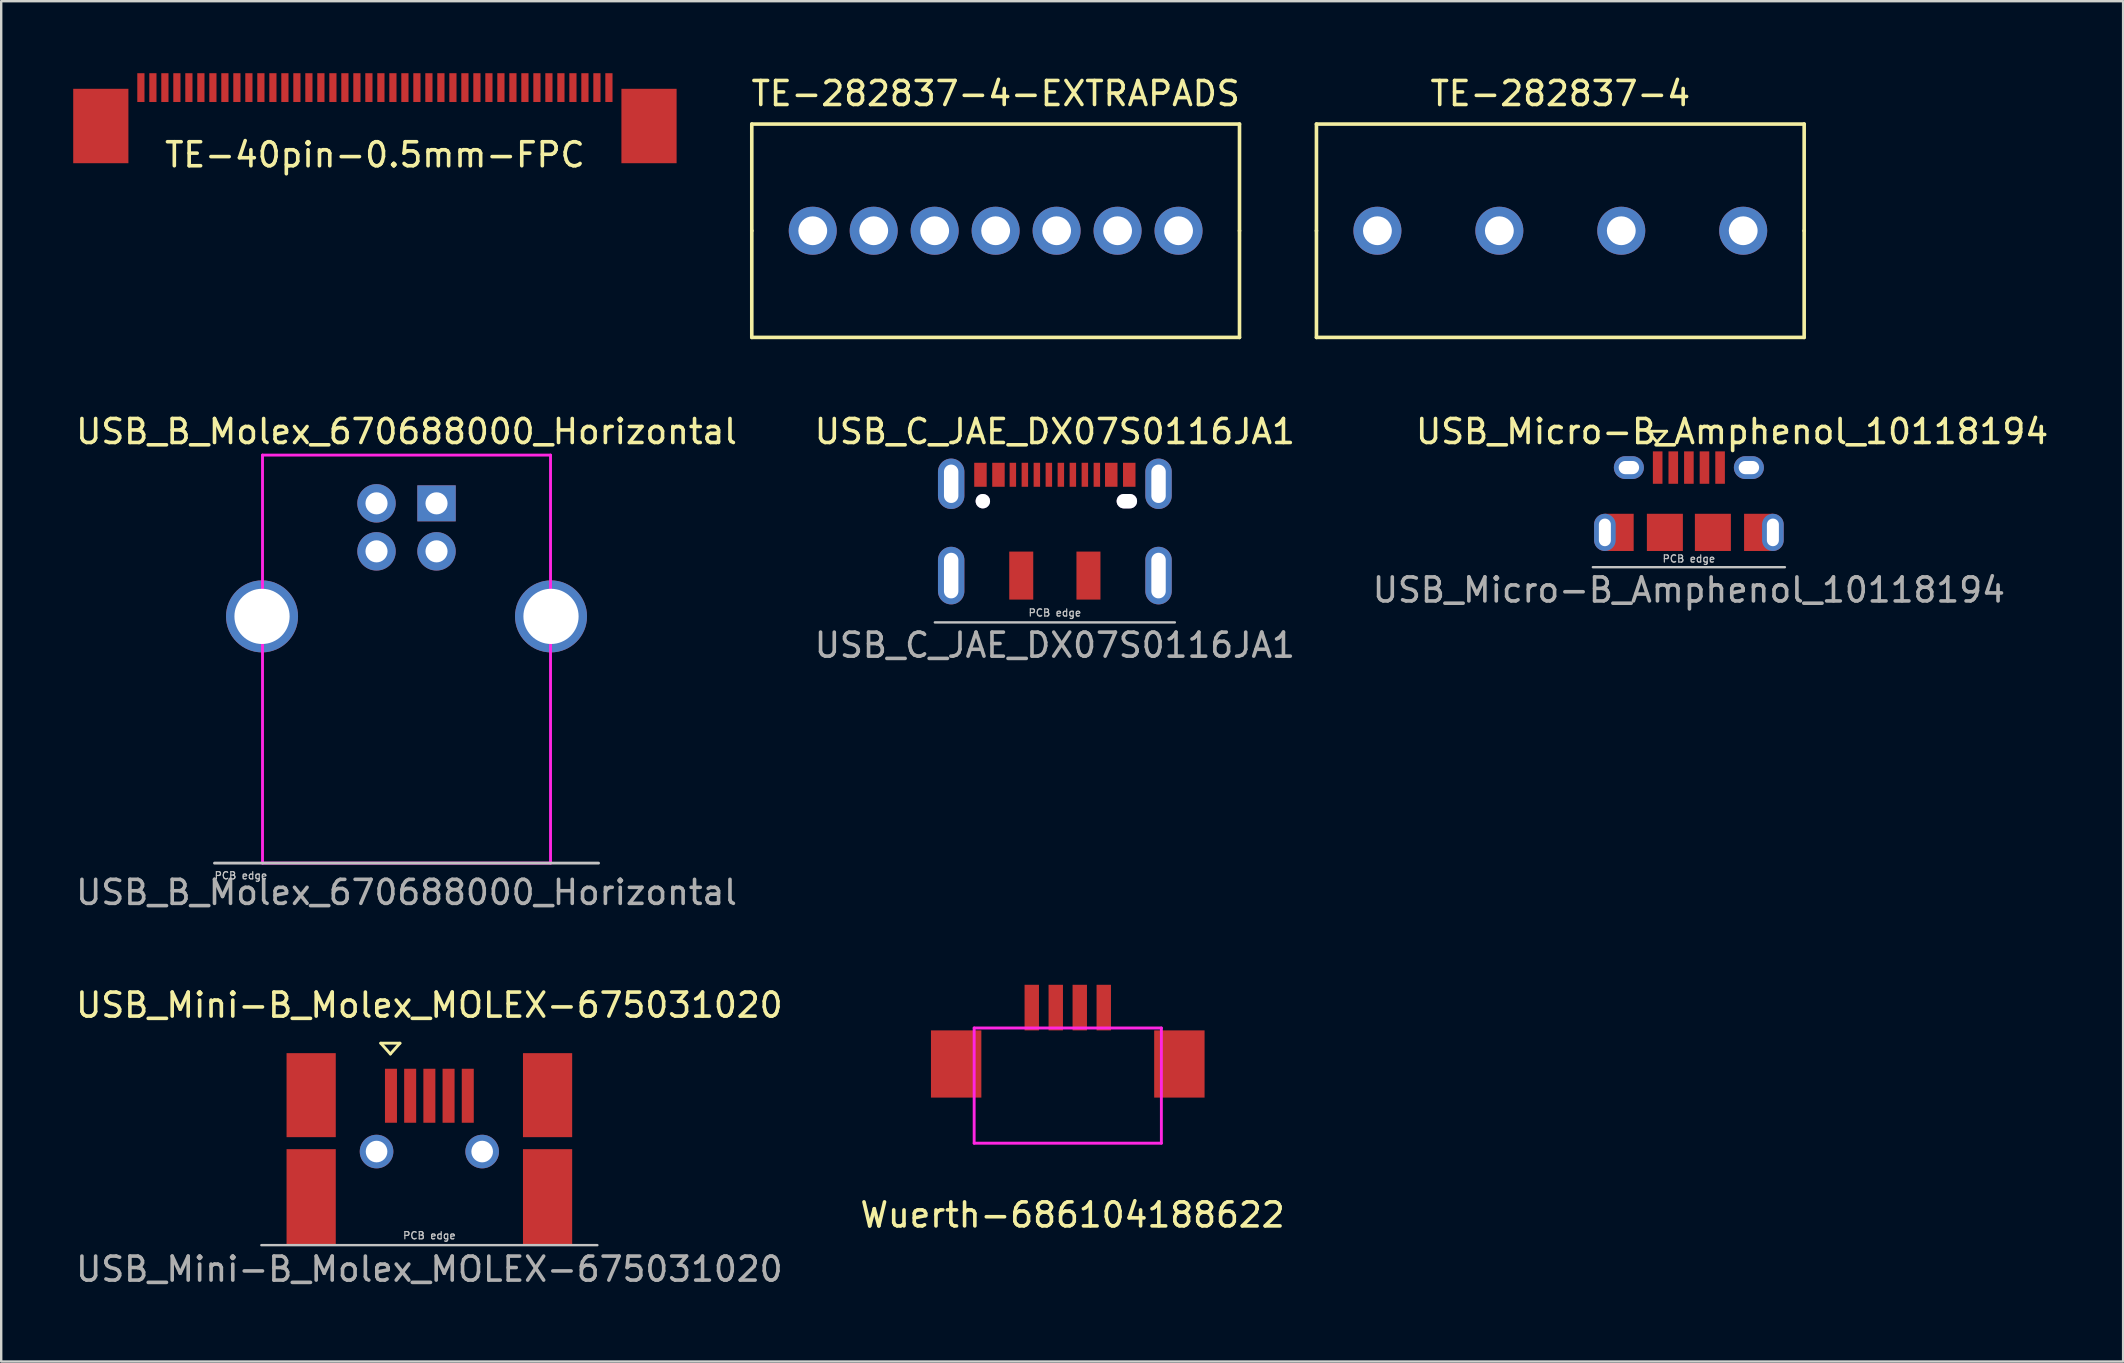
<source format=kicad_pcb>
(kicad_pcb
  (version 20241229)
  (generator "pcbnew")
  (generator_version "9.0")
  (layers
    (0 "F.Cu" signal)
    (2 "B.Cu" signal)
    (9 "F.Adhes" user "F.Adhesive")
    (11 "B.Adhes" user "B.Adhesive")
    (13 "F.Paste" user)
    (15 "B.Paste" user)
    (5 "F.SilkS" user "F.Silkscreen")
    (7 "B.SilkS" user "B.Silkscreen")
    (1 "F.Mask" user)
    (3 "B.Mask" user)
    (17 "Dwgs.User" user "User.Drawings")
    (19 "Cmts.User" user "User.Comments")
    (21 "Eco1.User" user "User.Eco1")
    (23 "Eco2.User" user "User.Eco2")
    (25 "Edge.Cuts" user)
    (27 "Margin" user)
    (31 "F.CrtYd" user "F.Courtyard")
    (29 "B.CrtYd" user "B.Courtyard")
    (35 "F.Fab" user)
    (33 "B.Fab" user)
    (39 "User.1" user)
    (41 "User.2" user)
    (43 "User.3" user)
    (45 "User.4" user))
  (footprint "TE-282837-4-EXTRAPADS"
    (layer "F.Cu")
    (at 38.432 6.563)
    (property "Reference" "TE-282837-4-EXTRAPADS" (at 0 -5.715 0) (layer "F.SilkS") (effects (font (size 1 1) (thickness 0.15))))
    (attr through_hole)
    (fp_line (start -10.16 -4.445) (end 10.16 -4.445) (stroke (width 0.15) (type solid)) (layer "F.SilkS"))
    (fp_line (start -10.16 0) (end -10.16 -4.445) (stroke (width 0.15) (type solid)) (layer "F.SilkS"))
    (fp_line (start -10.16 4.445) (end -10.16 0) (stroke (width 0.15) (type solid)) (layer "F.SilkS"))
    (fp_line (start 10.16 -4.445) (end 10.16 0) (stroke (width 0.15) (type solid)) (layer "F.SilkS"))
    (fp_line (start 10.16 0) (end 10.16 4.445) (stroke (width 0.15) (type solid)) (layer "F.SilkS"))
    (fp_line (start 10.16 4.445) (end -10.16 4.445) (stroke (width 0.15) (type solid)) (layer "F.SilkS"))
    (pad "1" thru_hole circle (at -7.62 0) (size 2 2) (drill 1.2) (layers "*.Cu" "*.Mask"))
    (pad "1" thru_hole circle (at -5.08 0) (size 2 2) (drill 1.2) (layers "*.Cu" "*.Mask"))
    (pad "2" thru_hole circle (at -2.54 0) (size 2 2) (drill 1.2) (layers "*.Cu" "*.Mask"))
    (pad "2" thru_hole circle (at 0 0) (size 2 2) (drill 1.2) (layers "*.Cu" "*.Mask"))
    (pad "3" thru_hole circle (at 2.54 0) (size 2 2) (drill 1.2) (layers "*.Cu" "*.Mask"))
    (pad "3" thru_hole circle (at 5.08 0) (size 2 2) (drill 1.2) (layers "*.Cu" "*.Mask"))
    (pad "4" thru_hole circle (at 7.62 0) (size 2 2) (drill 1.2) (layers "*.Cu" "*.Mask")))
  (footprint "TE-282837-4"
    (layer "F.Cu")
    (at 61.958 6.563)
    (property "Reference" "TE-282837-4" (at 0 -5.715 0) (layer "F.SilkS") (effects (font (size 1 1) (thickness 0.15))))
    (attr through_hole)
    (fp_line (start -10.16 -4.445) (end 10.16 -4.445) (stroke (width 0.15) (type solid)) (layer "F.SilkS"))
    (fp_line (start -10.16 0) (end -10.16 -4.445) (stroke (width 0.15) (type solid)) (layer "F.SilkS"))
    (fp_line (start -10.16 4.445) (end -10.16 0) (stroke (width 0.15) (type solid)) (layer "F.SilkS"))
    (fp_line (start 10.16 -4.445) (end 10.16 0) (stroke (width 0.15) (type solid)) (layer "F.SilkS"))
    (fp_line (start 10.16 0) (end 10.16 4.445) (stroke (width 0.15) (type solid)) (layer "F.SilkS"))
    (fp_line (start 10.16 4.445) (end -10.16 4.445) (stroke (width 0.15) (type solid)) (layer "F.SilkS"))
    (pad "1" thru_hole circle (at -7.62 0) (size 2 2) (drill 1.2) (layers "*.Cu" "*.Mask"))
    (pad "2" thru_hole circle (at -2.54 0) (size 2 2) (drill 1.2) (layers "*.Cu" "*.Mask"))
    (pad "3" thru_hole circle (at 2.54 0) (size 2 2) (drill 1.2) (layers "*.Cu" "*.Mask"))
    (pad "4" thru_hole circle (at 7.62 0) (size 2 2) (drill 1.2) (layers "*.Cu" "*.Mask")))
  (footprint "TE-40pin-0.5mm-FPC"
    (layer "F.Cu")
    (at 12.57 1.2)
    (property "Reference" "TE-40pin-0.5mm-FPC" (at 0 2.2 0) (layer "F.SilkS") (effects (font (size 1 1) (thickness 0.15))))
    (attr through_hole)
    (pad "" connect rect (at -11.42 1) (size 2.3 3.1) (layers "F.Cu" "F.Mask"))
    (pad "" connect rect (at 11.42 1) (size 2.3 3.1) (layers "F.Cu" "F.Mask"))
    (pad "1" smd rect (at 9.75 -0.6) (size 0.3 1.2) (layers "F.Cu" "F.Mask" "F.Paste"))
    (pad "2" smd rect (at 9.25 -0.6) (size 0.3 1.2) (layers "F.Cu" "F.Mask" "F.Paste"))
    (pad "3" smd rect (at 8.75 -0.6) (size 0.3 1.2) (layers "F.Cu" "F.Mask" "F.Paste"))
    (pad "4" smd rect (at 8.25 -0.6) (size 0.3 1.2) (layers "F.Cu" "F.Mask" "F.Paste"))
    (pad "5" smd rect (at 7.75 -0.6) (size 0.3 1.2) (layers "F.Cu" "F.Mask" "F.Paste"))
    (pad "6" smd rect (at 7.25 -0.6) (size 0.3 1.2) (layers "F.Cu" "F.Mask" "F.Paste"))
    (pad "7" smd rect (at 6.75 -0.6) (size 0.3 1.2) (layers "F.Cu" "F.Mask" "F.Paste"))
    (pad "8" smd rect (at 6.25 -0.6) (size 0.3 1.2) (layers "F.Cu" "F.Mask" "F.Paste"))
    (pad "9" smd rect (at 5.75 -0.6) (size 0.3 1.2) (layers "F.Cu" "F.Mask" "F.Paste"))
    (pad "10" smd rect (at 5.25 -0.6) (size 0.3 1.2) (layers "F.Cu" "F.Mask" "F.Paste"))
    (pad "11" smd rect (at 4.75 -0.6) (size 0.3 1.2) (layers "F.Cu" "F.Mask" "F.Paste"))
    (pad "12" smd rect (at 4.25 -0.6) (size 0.3 1.2) (layers "F.Cu" "F.Mask" "F.Paste"))
    (pad "13" smd rect (at 3.75 -0.6) (size 0.3 1.2) (layers "F.Cu" "F.Mask" "F.Paste"))
    (pad "14" smd rect (at 3.25 -0.6) (size 0.3 1.2) (layers "F.Cu" "F.Mask" "F.Paste"))
    (pad "15" smd rect (at 2.75 -0.6) (size 0.3 1.2) (layers "F.Cu" "F.Mask" "F.Paste"))
    (pad "16" smd rect (at 2.25 -0.6) (size 0.3 1.2) (layers "F.Cu" "F.Mask" "F.Paste"))
    (pad "17" smd rect (at 1.75 -0.6) (size 0.3 1.2) (layers "F.Cu" "F.Mask" "F.Paste"))
    (pad "18" smd rect (at 1.25 -0.6) (size 0.3 1.2) (layers "F.Cu" "F.Mask" "F.Paste"))
    (pad "19" smd rect (at 0.75 -0.6) (size 0.3 1.2) (layers "F.Cu" "F.Mask" "F.Paste"))
    (pad "20" smd rect (at 0.25 -0.6) (size 0.3 1.2) (layers "F.Cu" "F.Mask" "F.Paste"))
    (pad "21" smd rect (at -0.25 -0.6) (size 0.3 1.2) (layers "F.Cu" "F.Mask" "F.Paste"))
    (pad "22" smd rect (at -0.75 -0.6) (size 0.3 1.2) (layers "F.Cu" "F.Mask" "F.Paste"))
    (pad "23" smd rect (at -1.25 -0.6) (size 0.3 1.2) (layers "F.Cu" "F.Mask" "F.Paste"))
    (pad "24" smd rect (at -1.75 -0.6) (size 0.3 1.2) (layers "F.Cu" "F.Mask" "F.Paste"))
    (pad "25" smd rect (at -2.25 -0.6) (size 0.3 1.2) (layers "F.Cu" "F.Mask" "F.Paste"))
    (pad "26" smd rect (at -2.75 -0.6) (size 0.3 1.2) (layers "F.Cu" "F.Mask" "F.Paste"))
    (pad "27" smd rect (at -3.25 -0.6) (size 0.3 1.2) (layers "F.Cu" "F.Mask" "F.Paste"))
    (pad "28" smd rect (at -3.75 -0.6) (size 0.3 1.2) (layers "F.Cu" "F.Mask" "F.Paste"))
    (pad "29" smd rect (at -4.25 -0.6) (size 0.3 1.2) (layers "F.Cu" "F.Mask" "F.Paste"))
    (pad "30" smd rect (at -4.75 -0.6) (size 0.3 1.2) (layers "F.Cu" "F.Mask" "F.Paste"))
    (pad "31" smd rect (at -5.25 -0.6) (size 0.3 1.2) (layers "F.Cu" "F.Mask" "F.Paste"))
    (pad "32" smd rect (at -5.75 -0.6) (size 0.3 1.2) (layers "F.Cu" "F.Mask" "F.Paste"))
    (pad "33" smd rect (at -6.25 -0.6) (size 0.3 1.2) (layers "F.Cu" "F.Mask" "F.Paste"))
    (pad "34" smd rect (at -6.75 -0.6) (size 0.3 1.2) (layers "F.Cu" "F.Mask" "F.Paste"))
    (pad "35" smd rect (at -7.25 -0.6) (size 0.3 1.2) (layers "F.Cu" "F.Mask" "F.Paste"))
    (pad "36" smd rect (at -7.75 -0.6) (size 0.3 1.2) (layers "F.Cu" "F.Mask" "F.Paste"))
    (pad "37" smd rect (at -8.25 -0.6) (size 0.3 1.2) (layers "F.Cu" "F.Mask" "F.Paste"))
    (pad "38" smd rect (at -8.75 -0.6) (size 0.3 1.2) (layers "F.Cu" "F.Mask" "F.Paste"))
    (pad "39" smd rect (at -9.25 -0.6) (size 0.3 1.2) (layers "F.Cu" "F.Mask" "F.Paste"))
    (pad "40" smd rect (at -9.75 -0.6) (size 0.3 1.2) (layers "F.Cu" "F.Mask" "F.Paste")))
  (footprint "USB_B_Molex_670688000_Horizontal"
    (layer "F.Cu")
    (at 13.887 22.631)
    (property "Reference" "USB_B_Molex_670688000_Horizontal" (at 0 -7.7 0) (layer "F.SilkS") (effects (font (size 1 1) (thickness 0.15))))
    (attr through_hole)
    (fp_line (start -8 10.28) (end 8 10.28) (stroke (width 0.12) (type solid)) (layer "Dwgs.User"))
    (fp_line (start -6 -6.72) (end -6 10.28) (stroke (width 0.12) (type solid)) (layer "F.CrtYd"))
    (fp_line (start -6 -6.72) (end 6 -6.72) (stroke (width 0.12) (type solid)) (layer "F.CrtYd"))
    (fp_line (start 6 -6.72) (end 6 10.28) (stroke (width 0.12) (type solid)) (layer "F.CrtYd"))
    (fp_line (start 6 10.28) (end -6 10.28) (stroke (width 0.12) (type solid)) (layer "F.CrtYd"))
    (fp_text user "PCB edge" (at -6.9 10.8 0) (layer "Dwgs.User") (effects (font (size 0.3 0.3) (thickness 0.05))))
    (fp_text user "${REFERENCE}" (at 0 11.5 0) (layer "F.Fab") (effects (font (size 1 1) (thickness 0.15))))
    (pad "1" thru_hole rect (at 1.25 -4.71) (size 1.6 1.5) (drill 0.92) (layers "*.Cu" "*.Mask"))
    (pad "2" thru_hole circle (at -1.25 -4.71) (size 1.6 1.6) (drill 0.92) (layers "*.Cu" "*.Mask"))
    (pad "3" thru_hole circle (at -1.25 -2.71) (size 1.6 1.6) (drill 0.92) (layers "*.Cu" "*.Mask"))
    (pad "4" thru_hole circle (at 1.25 -2.71) (size 1.6 1.6) (drill 0.92) (layers "*.Cu" "*.Mask"))
    (pad "5" thru_hole circle (at -6.02 0) (size 3 3) (drill 2.3) (layers "*.Cu" "*.Mask"))
    (pad "5" thru_hole circle (at 6.02 0) (size 3 3) (drill 2.3) (layers "*.Cu" "*.Mask")))
  (footprint "USB_Mini-B_Molex_MOLEX-675031020"
    (layer "F.Cu")
    (at 14.839 46.828)
    (property "Reference" "USB_Mini-B_Molex_MOLEX-675031020" (at 0 -8 0) (layer "F.SilkS") (effects (font (size 1 1) (thickness 0.15))))
    (attr smd)
    (fp_line (start -2.025 -6.415) (end -1.225 -6.415) (stroke (width 0.12) (type solid)) (layer "F.SilkS"))
    (fp_line (start -1.625 -5.965) (end -2.025 -6.415) (stroke (width 0.12) (type solid)) (layer "F.SilkS"))
    (fp_line (start -1.225 -6.415) (end -1.625 -5.965) (stroke (width 0.12) (type solid)) (layer "F.SilkS"))
    (fp_line (start -7 2) (end 7 2) (stroke (width 0.1) (type solid)) (layer "Dwgs.User"))
    (fp_text user "PCB edge" (at 0 1.6 0) (layer "Dwgs.User") (effects (font (size 0.3 0.3) (thickness 0.05))))
    (fp_text user "${REFERENCE}" (at 0 3 0) (layer "F.Fab") (effects (font (size 1 1) (thickness 0.15))))
    (pad "1" smd rect (at -1.6 -4.225) (size 0.5 2.25) (layers "F.Cu" "F.Mask" "F.Paste"))
    (pad "2" smd rect (at -0.8 -4.225) (size 0.5 2.25) (layers "F.Cu" "F.Mask" "F.Paste"))
    (pad "3" smd rect (at 0 -4.225) (size 0.5 2.25) (layers "F.Cu" "F.Mask" "F.Paste"))
    (pad "4" smd rect (at 0.8 -4.225) (size 0.5 2.25) (layers "F.Cu" "F.Mask" "F.Paste"))
    (pad "5" smd rect (at 1.6 -4.225) (size 0.5 2.25) (layers "F.Cu" "F.Mask" "F.Paste"))
    (pad "6" smd rect (at -4.925 -4.25) (size 2.05 3.5) (layers "F.Cu" "F.Mask" "F.Paste"))
    (pad "6" smd rect (at -4.925 0) (size 2.05 4) (layers "F.Cu" "F.Mask" "F.Paste"))
    (pad "6" thru_hole circle (at -2.2 -1.9 180) (size 1.4 1.4) (drill 0.9) (layers "*.Cu" "*.Mask"))
    (pad "6" thru_hole circle (at 2.2 -1.9 180) (size 1.4 1.4) (drill 0.9) (layers "*.Cu" "*.Mask"))
    (pad "6" smd rect (at 4.925 -4.25) (size 2.05 3.5) (layers "F.Cu" "F.Mask" "F.Paste"))
    (pad "6" smd rect (at 4.925 0) (size 2.05 4) (layers "F.Cu" "F.Mask" "F.Paste")))
  (footprint "USB_C_JAE_DX07S0116JA1"
    (layer "F.Cu")
    (at 40.899 17.831)
    (property "Reference" "USB_C_JAE_DX07S0116JA1" (at 0 -2.9 0) (layer "F.SilkS") (effects (font (size 1 1) (thickness 0.15))))
    (attr smd)
    (fp_line (start -5 5.05) (end 5 5.05) (stroke (width 0.1) (type solid)) (layer "Dwgs.User"))
    (fp_text user "PCB edge" (at 0 4.65 0) (layer "Dwgs.User") (effects (font (size 0.3 0.3) (thickness 0.05))))
    (fp_text user "${REFERENCE}" (at 0 6 0) (layer "F.Fab") (effects (font (size 1 1) (thickness 0.15))))
    (pad "A1/B12" smd rect (at -3.1 -1.1) (size 0.52 1) (layers "F.Cu" "F.Mask" "F.Paste"))
    (pad "A4/B9" smd rect (at -2.35 -1.1) (size 0.52 1) (layers "F.Cu" "F.Mask" "F.Paste"))
    (pad "A5" smd rect (at -1.75 -1.1) (size 0.27 1) (layers "F.Cu" "F.Mask" "F.Paste"))
    (pad "A6" smd rect (at -0.25 -1.1) (size 0.27 1) (layers "F.Cu" "F.Mask" "F.Paste"))
    (pad "A7" smd rect (at 0.75 -1.1) (size 0.27 1) (layers "F.Cu" "F.Mask" "F.Paste"))
    (pad "A8" smd rect (at 1.75 -1.1) (size 0.27 1) (layers "F.Cu" "F.Mask" "F.Paste"))
    (pad "B1/A12" smd rect (at 3.1 -1.1) (size 0.52 1) (layers "F.Cu" "F.Mask" "F.Paste"))
    (pad "B4/A9" smd rect (at 2.35 -1.1) (size 0.52 1) (layers "F.Cu" "F.Mask" "F.Paste"))
    (pad "B5" smd rect (at 1.25 -1.1) (size 0.27 1) (layers "F.Cu" "F.Mask" "F.Paste"))
    (pad "B6" smd rect (at 0.25 -1.1) (size 0.27 1) (layers "F.Cu" "F.Mask" "F.Paste"))
    (pad "B7" smd rect (at -0.75 -1.1) (size 0.27 1) (layers "F.Cu" "F.Mask" "F.Paste"))
    (pad "B8" smd rect (at -1.25 -1.1) (size 0.27 1) (layers "F.Cu" "F.Mask" "F.Paste"))
    (pad "S1" thru_hole oval (at -4.32 -0.725 180) (size 1.1 2.1) (drill oval 0.6 1.6) (layers "*.Cu" "*.Mask"))
    (pad "S1" thru_hole oval (at -4.32 3.1) (size 1.1 2.4) (drill oval 0.6 1.9) (layers "*.Cu" "*.Mask"))
    (pad "S1" thru_hole oval (at -3 0 180) (size 0.6 0.6) (drill oval 0.6) (layers "*.Cu" "*.Mask"))
    (pad "S1" smd rect (at -1.4 3.1) (size 1 2) (layers "F.Cu" "F.Mask" "F.Paste"))
    (pad "S1" smd rect (at 1.4 3.1) (size 1 2) (layers "F.Cu" "F.Mask" "F.Paste"))
    (pad "S1" thru_hole oval (at 3 0 180) (size 0.85 0.6) (drill oval 0.85 0.6) (layers "*.Cu" "*.Mask"))
    (pad "S1" thru_hole oval (at 4.32 -0.725 180) (size 1.1 2.1) (drill oval 0.6 1.6) (layers "*.Cu" "*.Mask"))
    (pad "S1" thru_hole oval (at 4.32 3.1) (size 1.1 2.4) (drill oval 0.6 1.9) (layers "*.Cu" "*.Mask")))
  (footprint "Wuerth-686104188622"
    (layer "F.Cu")
    (at 41.437 38.93)
    (property "Reference" "Wuerth-686104188622" (at 0.2 8.64 0) (layer "F.SilkS") (effects (font (size 1 1) (thickness 0.15))))
    (attr through_hole)
    (fp_line (start -3.9 0.85) (end 3.9 0.85) (stroke (width 0.12) (type solid)) (layer "F.CrtYd"))
    (fp_line (start -3.9 5.65) (end -3.9 0.85) (stroke (width 0.12) (type solid)) (layer "F.CrtYd"))
    (fp_line (start -3.9 5.65) (end 3.9 5.65) (stroke (width 0.12) (type solid)) (layer "F.CrtYd"))
    (fp_line (start 3.9 0.85) (end 3.9 5.65) (stroke (width 0.12) (type solid)) (layer "F.CrtYd"))
    (pad "" smd rect (at -4.65 2.35) (size 2.1 2.8) (layers "F.Cu" "F.Mask" "F.Paste"))
    (pad "" smd rect (at 4.65 2.35) (size 2.1 2.8) (layers "F.Cu" "F.Mask" "F.Paste"))
    (pad "1" smd rect (at -1.5 0) (size 0.6 1.9) (layers "F.Cu" "F.Mask" "F.Paste"))
    (pad "2" smd rect (at -0.5 0) (size 0.6 1.9) (layers "F.Cu" "F.Mask" "F.Paste"))
    (pad "3" smd rect (at 0.5 0) (size 0.6 1.9) (layers "F.Cu" "F.Mask" "F.Paste"))
    (pad "4" smd rect (at 1.5 0) (size 0.6 1.9) (layers "F.Cu" "F.Mask" "F.Paste")))
  (footprint "USB_Micro-B_Amphenol_10118194"
    (layer "F.Cu")
    (at 67.315 19.131)
    (property "Reference" "USB_Micro-B_Amphenol_10118194" (at 1.8 -4.2 0) (layer "F.SilkS") (effects (font (size 1 1) (thickness 0.15))))
    (attr smd)
    (fp_line (start -1.725 -4.215) (end -0.925 -4.215) (stroke (width 0.12) (type solid)) (layer "F.SilkS"))
    (fp_line (start -1.325 -3.765) (end -1.725 -4.215) (stroke (width 0.12) (type solid)) (layer "F.SilkS"))
    (fp_line (start -0.925 -4.215) (end -1.325 -3.765) (stroke (width 0.12) (type solid)) (layer "F.SilkS"))
    (fp_line (start -4 1.45) (end 4 1.45) (stroke (width 0.1) (type solid)) (layer "Dwgs.User"))
    (fp_text user "PCB edge" (at 0 1.1 0) (layer "Dwgs.User") (effects (font (size 0.3 0.3) (thickness 0.05))))
    (fp_text user "${REFERENCE}" (at 0 2.4 0) (layer "F.Fab") (effects (font (size 1 1) (thickness 0.15))))
    (pad "1" smd rect (at -1.3 -2.7 90) (size 1.35 0.4) (layers "F.Cu" "F.Mask" "F.Paste"))
    (pad "2" smd rect (at -0.65 -2.7 90) (size 1.35 0.4) (layers "F.Cu" "F.Mask" "F.Paste"))
    (pad "3" smd rect (at 0 -2.7 90) (size 1.35 0.4) (layers "F.Cu" "F.Mask" "F.Paste"))
    (pad "4" smd rect (at 0.65 -2.7 90) (size 1.35 0.4) (layers "F.Cu" "F.Mask" "F.Paste"))
    (pad "5" smd rect (at 1.3 -2.7 90) (size 1.35 0.4) (layers "F.Cu" "F.Mask" "F.Paste"))
    (pad "6" thru_hole oval (at -3.5 0) (size 0.9 1.55) (drill oval 0.5 1.15) (layers "*.Cu" "*.Mask"))
    (pad "6" smd rect (at -2.9 0) (size 1.2 1.55) (layers "F.Cu" "F.Mask" "F.Paste"))
    (pad "6" thru_hole oval (at -2.5 -2.7 180) (size 1.25 0.95) (drill oval 0.85 0.55) (layers "*.Cu" "*.Mask"))
    (pad "6" smd rect (at -1 0) (size 1.5 1.55) (layers "F.Cu" "F.Mask" "F.Paste"))
    (pad "6" smd rect (at 1 0) (size 1.5 1.55) (layers "F.Cu" "F.Mask" "F.Paste"))
    (pad "6" thru_hole oval (at 2.5 -2.7 180) (size 1.25 0.95) (drill oval 0.85 0.55) (layers "*.Cu" "*.Mask"))
    (pad "6" smd rect (at 2.9 0) (size 1.2 1.55) (layers "F.Cu" "F.Mask" "F.Paste"))
    (pad "6" thru_hole oval (at 3.5 0) (size 0.9 1.55) (drill oval 0.5 1.15) (layers "*.Cu" "*.Mask")))
  (gr_rect
    (start -3 -3)
    (end 85.407 53.676)
    (stroke (width 0.1) (type default))
    (fill no)
    (layer "Edge.Cuts")))
</source>
